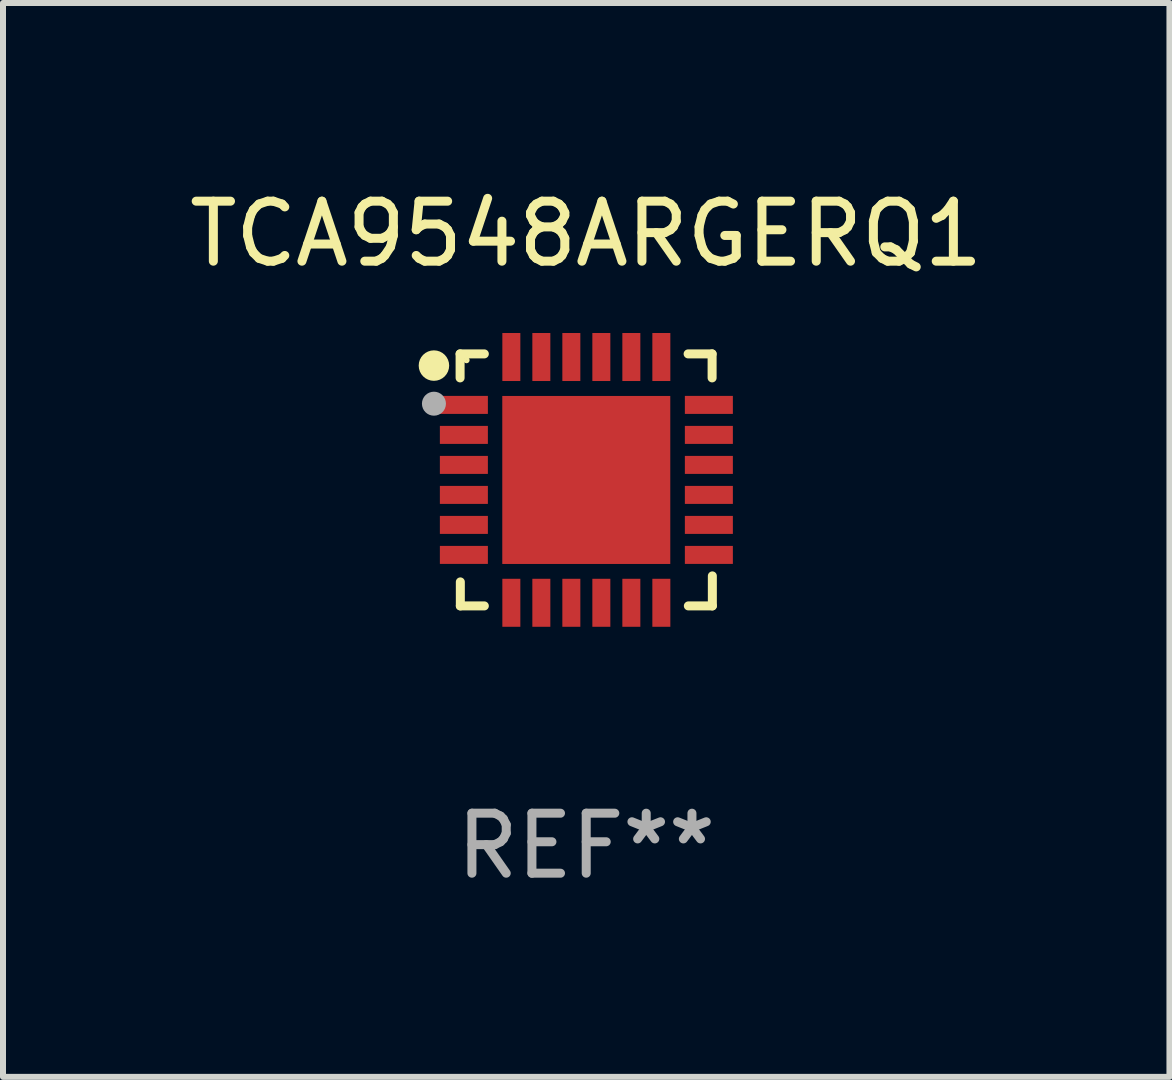
<source format=kicad_pcb>
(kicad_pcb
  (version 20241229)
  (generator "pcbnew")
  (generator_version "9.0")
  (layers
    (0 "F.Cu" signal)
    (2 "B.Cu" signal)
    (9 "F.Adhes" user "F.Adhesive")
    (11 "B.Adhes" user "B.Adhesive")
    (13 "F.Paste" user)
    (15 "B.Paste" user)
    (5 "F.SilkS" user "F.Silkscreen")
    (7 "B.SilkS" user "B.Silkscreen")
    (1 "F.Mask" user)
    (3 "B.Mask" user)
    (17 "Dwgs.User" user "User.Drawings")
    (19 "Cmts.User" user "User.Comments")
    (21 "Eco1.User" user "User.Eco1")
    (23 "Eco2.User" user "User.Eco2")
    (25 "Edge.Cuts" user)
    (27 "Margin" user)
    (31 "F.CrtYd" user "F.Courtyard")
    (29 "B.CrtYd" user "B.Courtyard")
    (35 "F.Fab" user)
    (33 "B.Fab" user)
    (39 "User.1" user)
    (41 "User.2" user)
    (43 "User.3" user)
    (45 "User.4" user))
  (footprint "TCA9548ARGERQ1"
    (layer "F.Cu")
    (at 6.72 4.948)
    (property "Reference" "TCA9548ARGERQ1" (at 0 -4.1 0) (layer "F.SilkS") (effects (font (size 1 1) (thickness 0.15))))
    (attr through_hole)
    (fp_line (start -2.102 -2.1) (end -1.698 -2.1) (stroke (width 0.15) (type solid)) (layer "F.SilkS"))
    (fp_line (start -2.102 -1.7) (end -2.102 -2.1) (stroke (width 0.15) (type solid)) (layer "F.SilkS"))
    (fp_line (start -2.098 1.7) (end -2.098 2.1) (stroke (width 0.15) (type solid)) (layer "F.SilkS"))
    (fp_line (start -2.098 2.1) (end -1.698 2.1) (stroke (width 0.15) (type solid)) (layer "F.SilkS"))
    (fp_line (start 1.698 -2.1) (end 2.098 -2.1) (stroke (width 0.15) (type solid)) (layer "F.SilkS"))
    (fp_line (start 2.098 -2.1) (end 2.098 -1.7) (stroke (width 0.15) (type solid)) (layer "F.SilkS"))
    (fp_line (start 2.102 1.6) (end 2.102 2.1) (stroke (width 0.15) (type solid)) (layer "F.SilkS"))
    (fp_line (start 2.102 2.1) (end 1.702 2.1) (stroke (width 0.15) (type solid)) (layer "F.SilkS"))
    (fp_circle (center -2.538 -1.905) (end -2.411 -1.905) (stroke (width 0.254) (type solid)) (fill no) (layer "F.SilkS"))
    (fp_circle (center -1.995 -1.996) (end -1.968 -1.996) (stroke (width 0.05) (type solid)) (fill no) (layer "F.SilkS"))
    (fp_circle (center -2.538 -1.27) (end -2.438 -1.27) (stroke (width 0.2) (type solid)) (fill no) (layer "F.Fab"))
    (fp_text user "REF**" (at 0 6.1 0) (layer "F.Fab") (effects (font (size 1 1) (thickness 0.15))))
    (pad "1" smd rect (at -2.039 -1.25) (size 0.8 0.3) (layers "F.Cu" "F.Mask" "F.Paste"))
    (pad "2" smd rect (at -2.039 -0.75) (size 0.8 0.3) (layers "F.Cu" "F.Mask" "F.Paste"))
    (pad "3" smd rect (at -2.039 -0.25) (size 0.8 0.3) (layers "F.Cu" "F.Mask" "F.Paste"))
    (pad "4" smd rect (at -2.039 0.25) (size 0.8 0.3) (layers "F.Cu" "F.Mask" "F.Paste"))
    (pad "5" smd rect (at -2.039 0.75) (size 0.8 0.3) (layers "F.Cu" "F.Mask" "F.Paste"))
    (pad "6" smd rect (at -2.039 1.25) (size 0.8 0.3) (layers "F.Cu" "F.Mask" "F.Paste"))
    (pad "7" smd rect (at -1.248 2.048) (size 0.3 0.8) (layers "F.Cu" "F.Mask" "F.Paste"))
    (pad "8" smd rect (at -0.748 2.048) (size 0.3 0.8) (layers "F.Cu" "F.Mask" "F.Paste"))
    (pad "9" smd rect (at -0.248 2.048) (size 0.3 0.8) (layers "F.Cu" "F.Mask" "F.Paste"))
    (pad "10" smd rect (at 0.252 2.048) (size 0.3 0.8) (layers "F.Cu" "F.Mask" "F.Paste"))
    (pad "11" smd rect (at 0.752 2.048) (size 0.3 0.8) (layers "F.Cu" "F.Mask" "F.Paste"))
    (pad "12" smd rect (at 1.252 2.048) (size 0.3 0.8) (layers "F.Cu" "F.Mask" "F.Paste"))
    (pad "13" smd rect (at 2.044 1.25) (size 0.8 0.3) (layers "F.Cu" "F.Mask" "F.Paste"))
    (pad "14" smd rect (at 2.044 0.75) (size 0.8 0.3) (layers "F.Cu" "F.Mask" "F.Paste"))
    (pad "15" smd rect (at 2.044 0.25) (size 0.8 0.3) (layers "F.Cu" "F.Mask" "F.Paste"))
    (pad "16" smd rect (at 2.044 -0.25) (size 0.8 0.3) (layers "F.Cu" "F.Mask" "F.Paste"))
    (pad "17" smd rect (at 2.044 -0.75) (size 0.8 0.3) (layers "F.Cu" "F.Mask" "F.Paste"))
    (pad "18" smd rect (at 2.044 -1.25) (size 0.8 0.3) (layers "F.Cu" "F.Mask" "F.Paste"))
    (pad "19" smd rect (at 1.252 -2.048) (size 0.3 0.8) (layers "F.Cu" "F.Mask" "F.Paste"))
    (pad "20" smd rect (at 0.752 -2.048) (size 0.3 0.8) (layers "F.Cu" "F.Mask" "F.Paste"))
    (pad "21" smd rect (at 0.252 -2.048) (size 0.3 0.8) (layers "F.Cu" "F.Mask" "F.Paste"))
    (pad "22" smd rect (at -0.248 -2.048) (size 0.3 0.8) (layers "F.Cu" "F.Mask" "F.Paste"))
    (pad "23" smd rect (at -0.748 -2.048) (size 0.3 0.8) (layers "F.Cu" "F.Mask" "F.Paste"))
    (pad "24" smd rect (at -1.248 -2.048) (size 0.3 0.8) (layers "F.Cu" "F.Mask" "F.Paste"))
    (pad "25" smd rect (at 0.001 0.001) (size 2.8 2.8) (layers "F.Cu" "F.Mask" "F.Paste")))
  (gr_rect
    (start -3 -3)
    (end 16.44 14.897)
    (stroke (width 0.1) (type default))
    (fill no)
    (layer "Edge.Cuts")))
</source>
